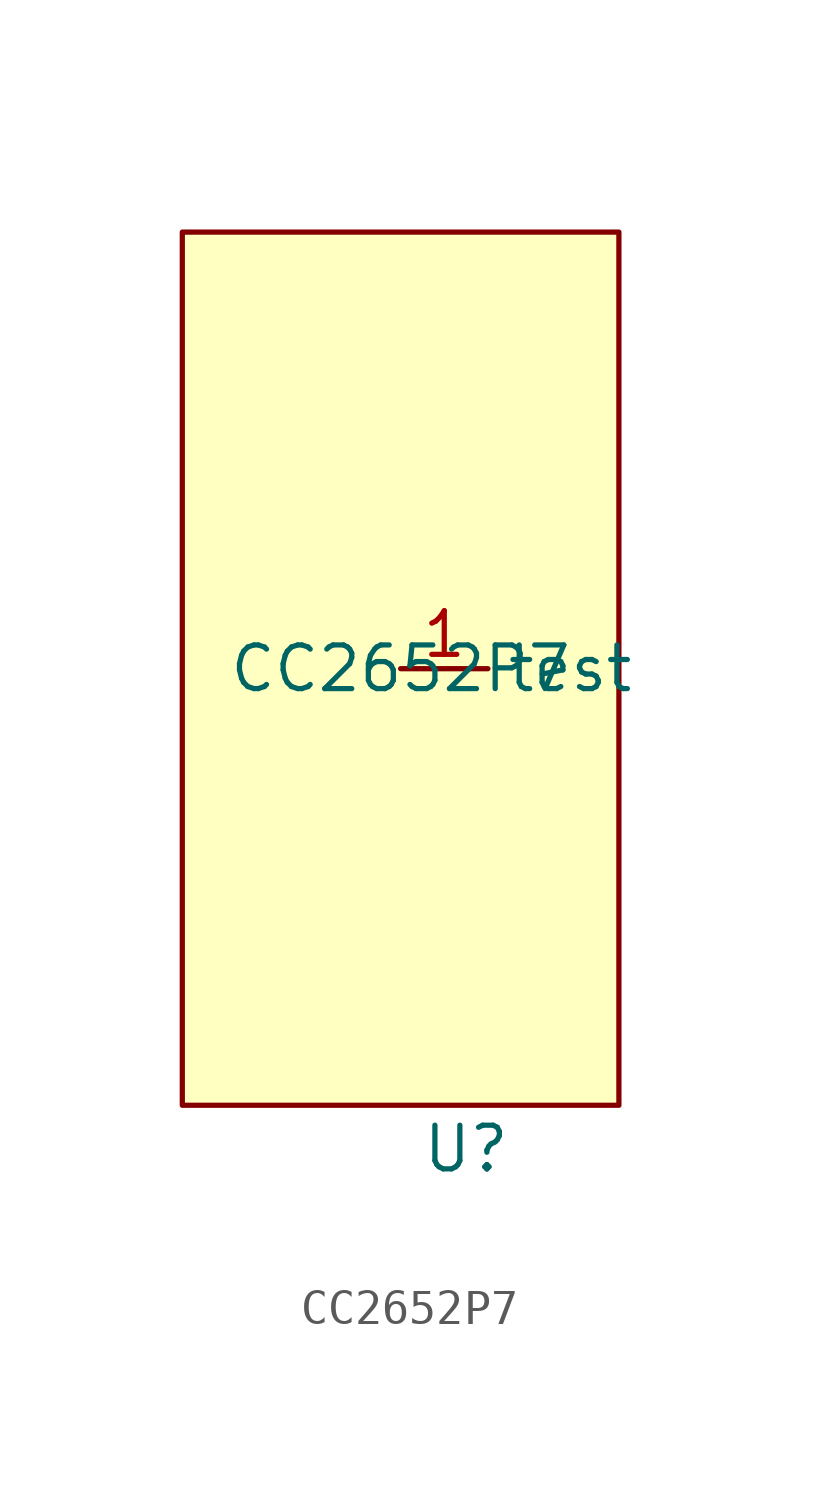
<source format=kicad_sym>
(kicad_symbol_lib
  (version 20220914)
  (generator kicad_symbol_editor)
  (symbol "CC2652P7"
    (property "Reference" "U"
      (at 1.905 -13.97 0)
      (effects (font (size 1.27 1.27))))
    (property "Value" "CC2652P7"
      (at 0 0 0)
      (effects (font (size 1.27 1.27))))
    (symbol "CC2652P7_0_0"
      (pin unspecified line (at 0 0 0) (length 2.54) (name "test" (effects (font (size 1.27 1.27)))) (number "1" (effects (font (size 1.27 1.27))))))
    (symbol "CC2652P7_1_1"
      (rectangle (start -6.35 12.7) (end 6.35 -12.7) (stroke (width 0) (type default)) (fill (type background))))))
</source>
